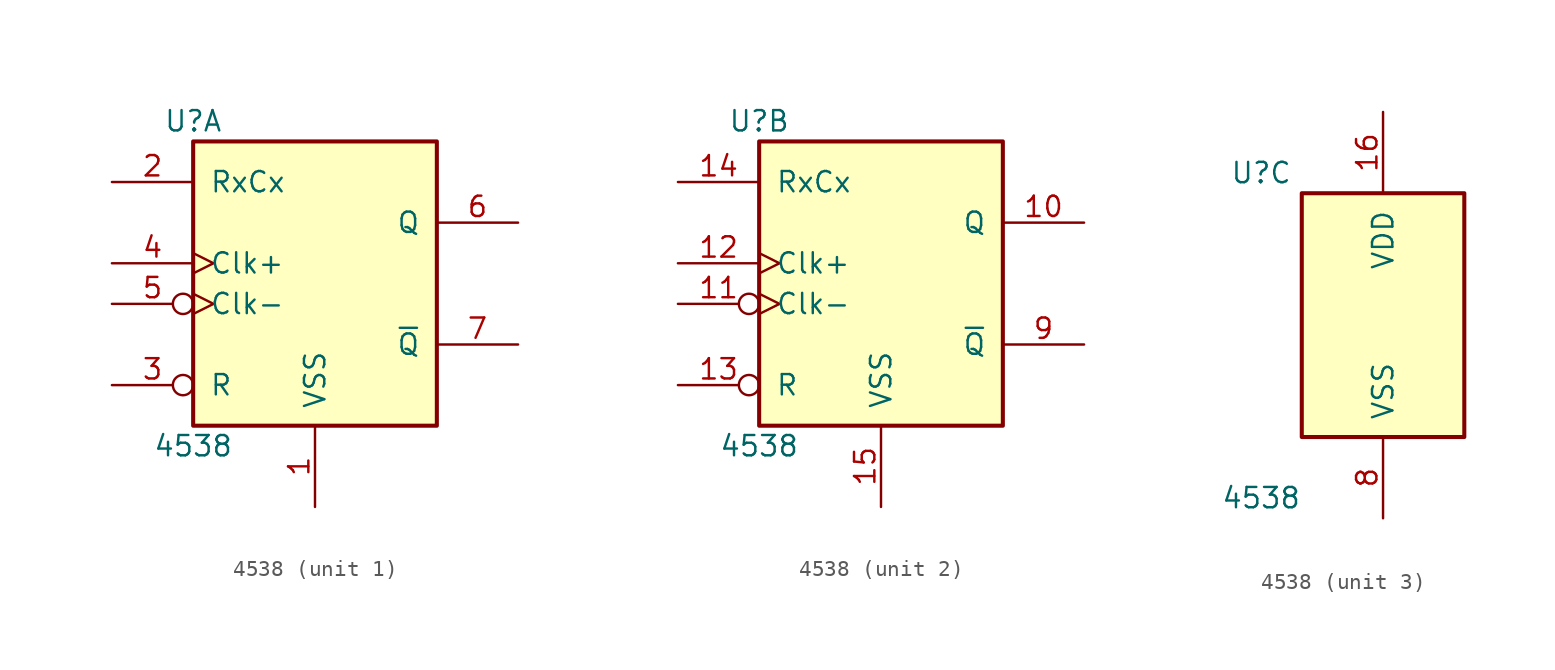
<source format=kicad_sym>
(kicad_symbol_lib
  (version 20201005)
  (generator kicad_symbol_editor)
  (symbol "4xxx:4538"
    (pin_names
      (offset 1.016))
    (property "Reference" "U"
      (at -7.62 8.89 0)
      (effects (font (size 1.27 1.27))))
    (property "Value" "4538"
      (at -7.62 -11.43 0)
      (effects (font (size 1.27 1.27))))
    (property "ki_locked" ""
      (at 0 0 0)
      (effects (font (size 1.27 1.27))))
    (symbol "4538_1_0"
      (pin power_in line (at 0 -15.24 90) (length 5.08) (name "VSS" (effects (font (size 1.27 1.27)))) (number "1" (effects (font (size 1.27 1.27)))))
      (pin input line (at -12.7 5.08 0) (length 5.08) (name "RxCx" (effects (font (size 1.27 1.27)))) (number "2" (effects (font (size 1.27 1.27)))))
      (pin input inverted (at -12.7 -7.62 0) (length 5.08) (name "R" (effects (font (size 1.27 1.27)))) (number "3" (effects (font (size 1.27 1.27)))))
      (pin input clock (at -12.7 0 0) (length 5.08) (name "Clk+" (effects (font (size 1.27 1.27)))) (number "4" (effects (font (size 1.27 1.27)))))
      (pin input inverted_clock (at -12.7 -2.54 0) (length 5.08) (name "Clk-" (effects (font (size 1.27 1.27)))) (number "5" (effects (font (size 1.27 1.27)))))
      (pin output line (at 12.7 2.54 180) (length 5.08) (name "Q" (effects (font (size 1.27 1.27)))) (number "6" (effects (font (size 1.27 1.27)))))
      (pin output line (at 12.7 -5.08 180) (length 5.08) (name "~Q" (effects (font (size 1.27 1.27)))) (number "7" (effects (font (size 1.27 1.27))))))
    (symbol "4538_1_1"
      (rectangle (start -7.62 7.62) (end 7.62 -10.16) (stroke (width 0.254)) (fill (type background))))
    (symbol "4538_2_0"
      (pin output line (at 12.7 2.54 180) (length 5.08) (name "Q" (effects (font (size 1.27 1.27)))) (number "10" (effects (font (size 1.27 1.27)))))
      (pin input inverted_clock (at -12.7 -2.54 0) (length 5.08) (name "Clk-" (effects (font (size 1.27 1.27)))) (number "11" (effects (font (size 1.27 1.27)))))
      (pin input clock (at -12.7 0 0) (length 5.08) (name "Clk+" (effects (font (size 1.27 1.27)))) (number "12" (effects (font (size 1.27 1.27)))))
      (pin input inverted (at -12.7 -7.62 0) (length 5.08) (name "R" (effects (font (size 1.27 1.27)))) (number "13" (effects (font (size 1.27 1.27)))))
      (pin input line (at -12.7 5.08 0) (length 5.08) (name "RxCx" (effects (font (size 1.27 1.27)))) (number "14" (effects (font (size 1.27 1.27)))))
      (pin power_in line (at 0 -15.24 90) (length 5.08) (name "VSS" (effects (font (size 1.27 1.27)))) (number "15" (effects (font (size 1.27 1.27)))))
      (pin output line (at 12.7 -5.08 180) (length 5.08) (name "~Q" (effects (font (size 1.27 1.27)))) (number "9" (effects (font (size 1.27 1.27))))))
    (symbol "4538_2_1"
      (rectangle (start -7.62 7.62) (end 7.62 -10.16) (stroke (width 0.254)) (fill (type background))))
    (symbol "4538_3_0"
      (pin power_in line (at 0 12.7 270) (length 5.08) (name "VDD" (effects (font (size 1.27 1.27)))) (number "16" (effects (font (size 1.27 1.27)))))
      (pin power_in line (at 0 -12.7 90) (length 5.08) (name "VSS" (effects (font (size 1.27 1.27)))) (number "8" (effects (font (size 1.27 1.27))))))
    (symbol "4538_3_1"
      (rectangle (start -5.08 7.62) (end 5.08 -7.62) (stroke (width 0.254)) (fill (type background))))))
</source>
